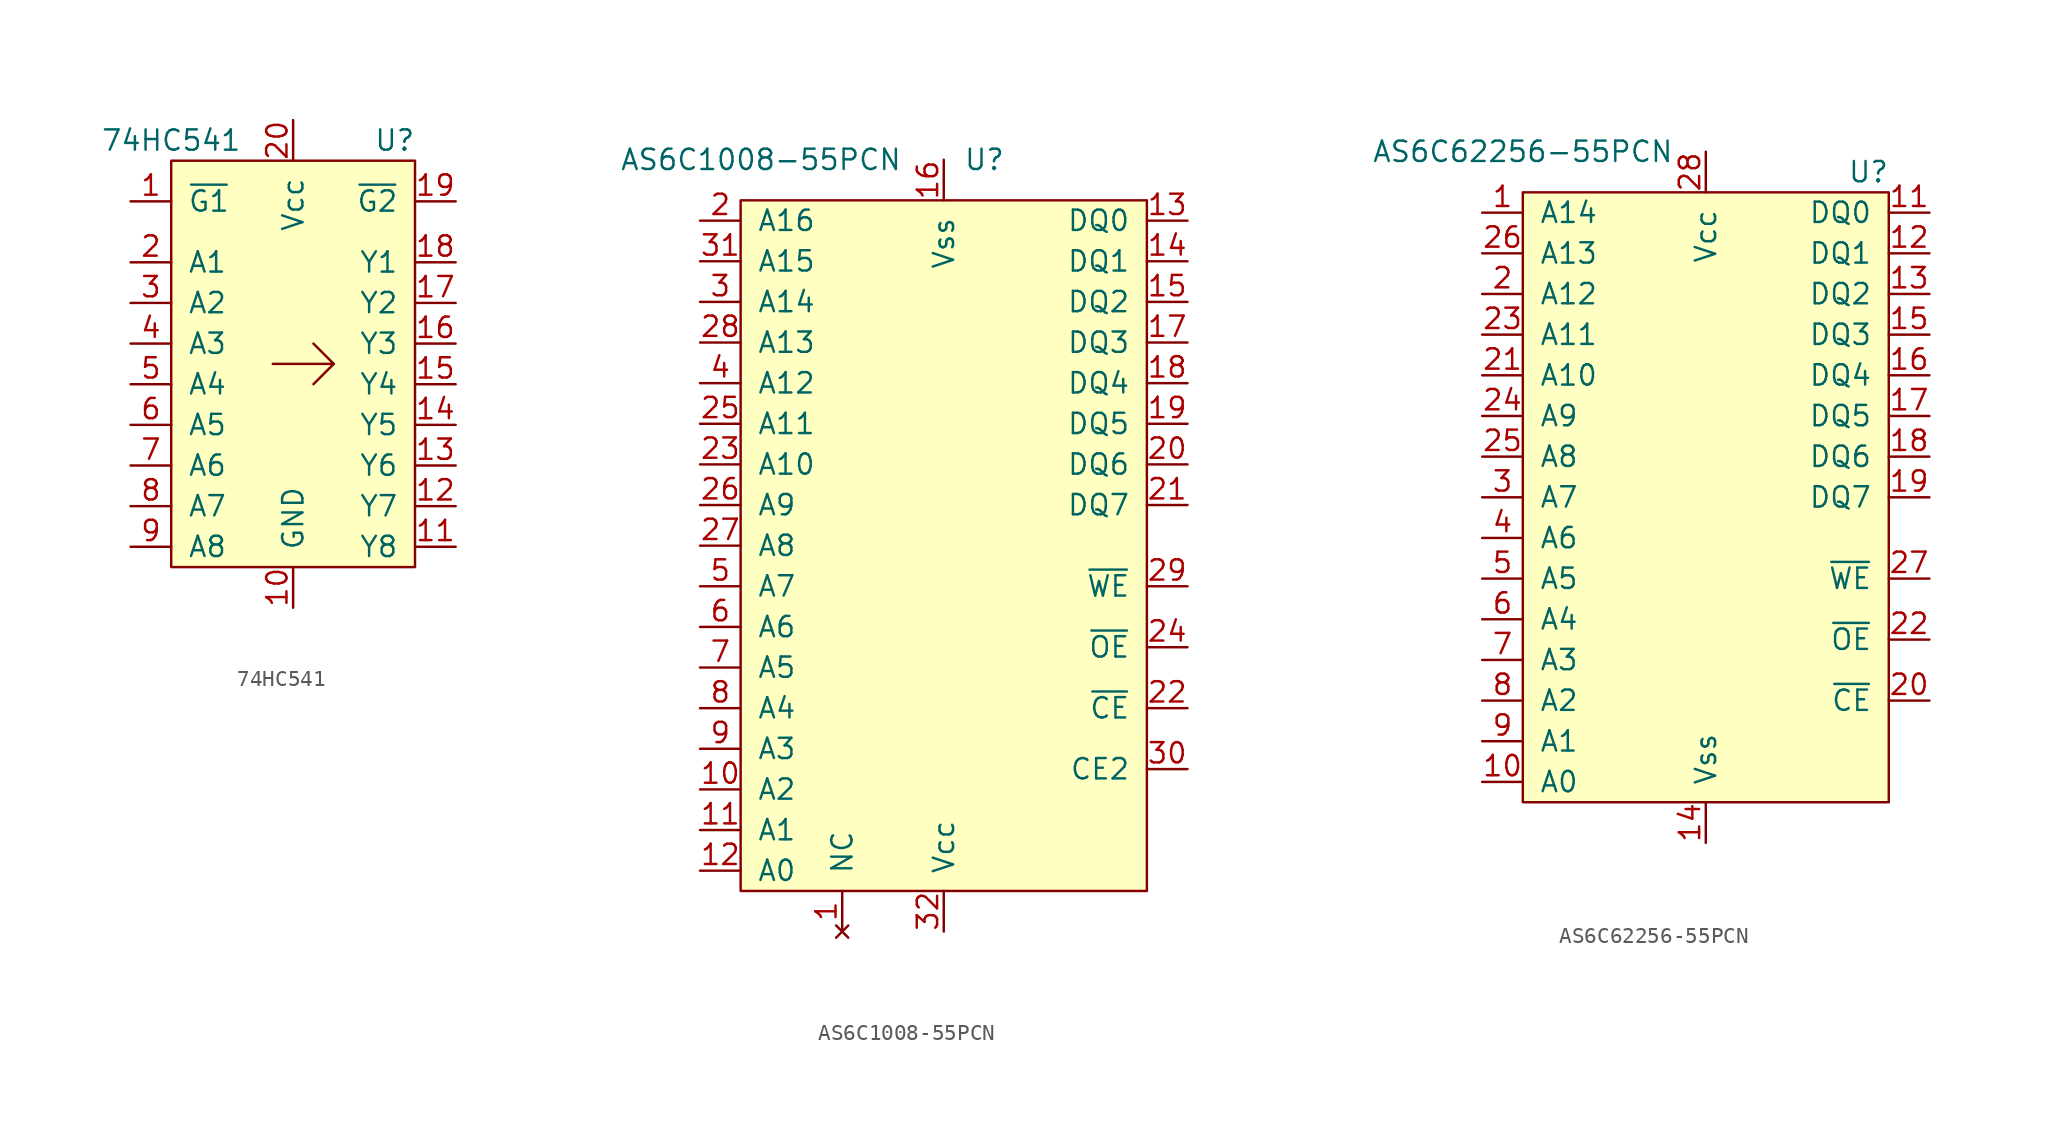
<source format=kicad_sym>
(kicad_symbol_lib
  (version 20211014)
  (generator kicad_symbol_editor)
  (symbol "74HC541"
    (pin_names
      (offset 1.016))
    (property "Reference" "U"
      (at 6.35 16.51 0)
      (effects (font (size 1.27 1.27))))
    (property "Value" "74HC541"
      (at -7.62 16.51 0)
      (effects (font (size 1.27 1.27))))
    (symbol "74HC541_0_1"
      (rectangle (start -7.62 -10.16) (end 7.62 15.24) (stroke (width 0) (type default) (color 0 0 0 0)) (fill (type background)))
      (polyline (pts (xy 2.54 2.54) (xy 1.27 1.27)) (stroke (width 0) (type default) (color 0 0 0 0)) (fill (type none)))
      (polyline (pts (xy -1.27 2.54) (xy 2.54 2.54) (xy 1.27 3.81)) (stroke (width 0) (type default) (color 0 0 0 0)) (fill (type none))))
    (symbol "74HC541_1_1"
      (pin input line (at -10.16 12.7 0) (length 2.54) (name "~{G1}" (effects (font (size 1.27 1.27)))) (number "1" (effects (font (size 1.27 1.27)))))
      (pin power_in line (at 0 -12.7 90) (length 2.54) (name "GND" (effects (font (size 1.27 1.27)))) (number "10" (effects (font (size 1.27 1.27)))))
      (pin tri_state line (at 10.16 -8.89 180) (length 2.54) (name "Y8" (effects (font (size 1.27 1.27)))) (number "11" (effects (font (size 1.27 1.27)))))
      (pin tri_state line (at 10.16 -6.35 180) (length 2.54) (name "Y7" (effects (font (size 1.27 1.27)))) (number "12" (effects (font (size 1.27 1.27)))))
      (pin tri_state line (at 10.16 -3.81 180) (length 2.54) (name "Y6" (effects (font (size 1.27 1.27)))) (number "13" (effects (font (size 1.27 1.27)))))
      (pin tri_state line (at 10.16 -1.27 180) (length 2.54) (name "Y5" (effects (font (size 1.27 1.27)))) (number "14" (effects (font (size 1.27 1.27)))))
      (pin tri_state line (at 10.16 1.27 180) (length 2.54) (name "Y4" (effects (font (size 1.27 1.27)))) (number "15" (effects (font (size 1.27 1.27)))))
      (pin tri_state line (at 10.16 3.81 180) (length 2.54) (name "Y3" (effects (font (size 1.27 1.27)))) (number "16" (effects (font (size 1.27 1.27)))))
      (pin tri_state line (at 10.16 6.35 180) (length 2.54) (name "Y2" (effects (font (size 1.27 1.27)))) (number "17" (effects (font (size 1.27 1.27)))))
      (pin tri_state line (at 10.16 8.89 180) (length 2.54) (name "Y1" (effects (font (size 1.27 1.27)))) (number "18" (effects (font (size 1.27 1.27)))))
      (pin input line (at 10.16 12.7 180) (length 2.54) (name "~{G2}" (effects (font (size 1.27 1.27)))) (number "19" (effects (font (size 1.27 1.27)))))
      (pin input line (at -10.16 8.89 0) (length 2.54) (name "A1" (effects (font (size 1.27 1.27)))) (number "2" (effects (font (size 1.27 1.27)))))
      (pin power_in line (at 0 17.78 270) (length 2.54) (name "Vcc" (effects (font (size 1.27 1.27)))) (number "20" (effects (font (size 1.27 1.27)))))
      (pin input line (at -10.16 6.35 0) (length 2.54) (name "A2" (effects (font (size 1.27 1.27)))) (number "3" (effects (font (size 1.27 1.27)))))
      (pin input line (at -10.16 3.81 0) (length 2.54) (name "A3" (effects (font (size 1.27 1.27)))) (number "4" (effects (font (size 1.27 1.27)))))
      (pin input line (at -10.16 1.27 0) (length 2.54) (name "A4" (effects (font (size 1.27 1.27)))) (number "5" (effects (font (size 1.27 1.27)))))
      (pin input line (at -10.16 -1.27 0) (length 2.54) (name "A5" (effects (font (size 1.27 1.27)))) (number "6" (effects (font (size 1.27 1.27)))))
      (pin input line (at -10.16 -3.81 0) (length 2.54) (name "A6" (effects (font (size 1.27 1.27)))) (number "7" (effects (font (size 1.27 1.27)))))
      (pin input line (at -10.16 -6.35 0) (length 2.54) (name "A7" (effects (font (size 1.27 1.27)))) (number "8" (effects (font (size 1.27 1.27)))))
      (pin input line (at -10.16 -8.89 0) (length 2.54) (name "A8" (effects (font (size 1.27 1.27)))) (number "9" (effects (font (size 1.27 1.27)))))))
  (symbol "AS6C1008-55PCN"
    (pin_names
      (offset 1.016))
    (property "Reference" "U"
      (at 2.54 24.13 0)
      (effects (font (size 1.27 1.27))))
    (property "Value" "AS6C1008-55PCN"
      (at -11.43 24.13 0)
      (effects (font (size 1.27 1.27))))
    (symbol "AS6C1008-55PCN_0_0"
      (pin no_connect line (at -6.35 -24.13 90) (length 2.54) (name "NC" (effects (font (size 1.27 1.27)))) (number "1" (effects (font (size 1.27 1.27)))))
      (pin input line (at -15.24 -15.24 0) (length 2.54) (name "A2" (effects (font (size 1.27 1.27)))) (number "10" (effects (font (size 1.27 1.27)))))
      (pin input line (at -15.24 -17.78 0) (length 2.54) (name "A1" (effects (font (size 1.27 1.27)))) (number "11" (effects (font (size 1.27 1.27)))))
      (pin input line (at -15.24 -20.32 0) (length 2.54) (name "A0" (effects (font (size 1.27 1.27)))) (number "12" (effects (font (size 1.27 1.27)))))
      (pin bidirectional line (at 15.24 20.32 180) (length 2.54) (name "DQ0" (effects (font (size 1.27 1.27)))) (number "13" (effects (font (size 1.27 1.27)))))
      (pin bidirectional line (at 15.24 17.78 180) (length 2.54) (name "DQ1" (effects (font (size 1.27 1.27)))) (number "14" (effects (font (size 1.27 1.27)))))
      (pin bidirectional line (at 15.24 15.24 180) (length 2.54) (name "DQ2" (effects (font (size 1.27 1.27)))) (number "15" (effects (font (size 1.27 1.27)))))
      (pin power_in line (at 0 24.13 270) (length 2.54) (name "Vss" (effects (font (size 1.27 1.27)))) (number "16" (effects (font (size 1.27 1.27)))))
      (pin bidirectional line (at 15.24 12.7 180) (length 2.54) (name "DQ3" (effects (font (size 1.27 1.27)))) (number "17" (effects (font (size 1.27 1.27)))))
      (pin bidirectional line (at 15.24 10.16 180) (length 2.54) (name "DQ4" (effects (font (size 1.27 1.27)))) (number "18" (effects (font (size 1.27 1.27)))))
      (pin bidirectional line (at 15.24 7.62 180) (length 2.54) (name "DQ5" (effects (font (size 1.27 1.27)))) (number "19" (effects (font (size 1.27 1.27)))))
      (pin input line (at -15.24 20.32 0) (length 2.54) (name "A16" (effects (font (size 1.27 1.27)))) (number "2" (effects (font (size 1.27 1.27)))))
      (pin bidirectional line (at 15.24 5.08 180) (length 2.54) (name "DQ6" (effects (font (size 1.27 1.27)))) (number "20" (effects (font (size 1.27 1.27)))))
      (pin bidirectional line (at 15.24 2.54 180) (length 2.54) (name "DQ7" (effects (font (size 1.27 1.27)))) (number "21" (effects (font (size 1.27 1.27)))))
      (pin input line (at 15.24 -10.16 180) (length 2.54) (name "~{CE}" (effects (font (size 1.27 1.27)))) (number "22" (effects (font (size 1.27 1.27)))))
      (pin input line (at -15.24 5.08 0) (length 2.54) (name "A10" (effects (font (size 1.27 1.27)))) (number "23" (effects (font (size 1.27 1.27)))))
      (pin input line (at 15.24 -6.35 180) (length 2.54) (name "~{OE}" (effects (font (size 1.27 1.27)))) (number "24" (effects (font (size 1.27 1.27)))))
      (pin input line (at -15.24 7.62 0) (length 2.54) (name "A11" (effects (font (size 1.27 1.27)))) (number "25" (effects (font (size 1.27 1.27)))))
      (pin input line (at -15.24 2.54 0) (length 2.54) (name "A9" (effects (font (size 1.27 1.27)))) (number "26" (effects (font (size 1.27 1.27)))))
      (pin input line (at -15.24 0 0) (length 2.54) (name "A8" (effects (font (size 1.27 1.27)))) (number "27" (effects (font (size 1.27 1.27)))))
      (pin input line (at -15.24 12.7 0) (length 2.54) (name "A13" (effects (font (size 1.27 1.27)))) (number "28" (effects (font (size 1.27 1.27)))))
      (pin input line (at 15.24 -2.54 180) (length 2.54) (name "~{WE}" (effects (font (size 1.27 1.27)))) (number "29" (effects (font (size 1.27 1.27)))))
      (pin input line (at -15.24 15.24 0) (length 2.54) (name "A14" (effects (font (size 1.27 1.27)))) (number "3" (effects (font (size 1.27 1.27)))))
      (pin input line (at 15.24 -13.97 180) (length 2.54) (name "CE2" (effects (font (size 1.27 1.27)))) (number "30" (effects (font (size 1.27 1.27)))))
      (pin input line (at -15.24 17.78 0) (length 2.54) (name "A15" (effects (font (size 1.27 1.27)))) (number "31" (effects (font (size 1.27 1.27)))))
      (pin power_in line (at 0 -24.13 90) (length 2.54) (name "Vcc" (effects (font (size 1.27 1.27)))) (number "32" (effects (font (size 1.27 1.27)))))
      (pin input line (at -15.24 10.16 0) (length 2.54) (name "A12" (effects (font (size 1.27 1.27)))) (number "4" (effects (font (size 1.27 1.27)))))
      (pin input line (at -15.24 -2.54 0) (length 2.54) (name "A7" (effects (font (size 1.27 1.27)))) (number "5" (effects (font (size 1.27 1.27)))))
      (pin input line (at -15.24 -5.08 0) (length 2.54) (name "A6" (effects (font (size 1.27 1.27)))) (number "6" (effects (font (size 1.27 1.27)))))
      (pin input line (at -15.24 -7.62 0) (length 2.54) (name "A5" (effects (font (size 1.27 1.27)))) (number "7" (effects (font (size 1.27 1.27)))))
      (pin input line (at -15.24 -10.16 0) (length 2.54) (name "A4" (effects (font (size 1.27 1.27)))) (number "8" (effects (font (size 1.27 1.27)))))
      (pin input line (at -15.24 -12.7 0) (length 2.54) (name "A3" (effects (font (size 1.27 1.27)))) (number "9" (effects (font (size 1.27 1.27))))))
    (symbol "AS6C1008-55PCN_0_1"
      (rectangle (start 12.7 -21.59) (end -12.7 21.59) (stroke (width 0) (type default) (color 0 0 0 0)) (fill (type background)))))
  (symbol "AS6C62256-55PCN"
    (pin_names
      (offset 1.016))
    (property "Reference" "U"
      (at 10.16 20.32 0)
      (effects (font (size 1.27 1.27))))
    (property "Value" "AS6C62256-55PCN"
      (at -11.43 21.59 0)
      (effects (font (size 1.27 1.27))))
    (symbol "AS6C62256-55PCN_0_0"
      (pin input line (at -13.97 17.78 0) (length 2.54) (name "A14" (effects (font (size 1.27 1.27)))) (number "1" (effects (font (size 1.27 1.27)))))
      (pin input line (at -13.97 -17.78 0) (length 2.54) (name "A0" (effects (font (size 1.27 1.27)))) (number "10" (effects (font (size 1.27 1.27)))))
      (pin bidirectional line (at 13.97 17.78 180) (length 2.54) (name "DQ0" (effects (font (size 1.27 1.27)))) (number "11" (effects (font (size 1.27 1.27)))))
      (pin bidirectional line (at 13.97 15.24 180) (length 2.54) (name "DQ1" (effects (font (size 1.27 1.27)))) (number "12" (effects (font (size 1.27 1.27)))))
      (pin bidirectional line (at 13.97 12.7 180) (length 2.54) (name "DQ2" (effects (font (size 1.27 1.27)))) (number "13" (effects (font (size 1.27 1.27)))))
      (pin power_in line (at 0 -21.59 90) (length 2.54) (name "Vss" (effects (font (size 1.27 1.27)))) (number "14" (effects (font (size 1.27 1.27)))))
      (pin bidirectional line (at 13.97 10.16 180) (length 2.54) (name "DQ3" (effects (font (size 1.27 1.27)))) (number "15" (effects (font (size 1.27 1.27)))))
      (pin bidirectional line (at 13.97 7.62 180) (length 2.54) (name "DQ4" (effects (font (size 1.27 1.27)))) (number "16" (effects (font (size 1.27 1.27)))))
      (pin bidirectional line (at 13.97 5.08 180) (length 2.54) (name "DQ5" (effects (font (size 1.27 1.27)))) (number "17" (effects (font (size 1.27 1.27)))))
      (pin bidirectional line (at 13.97 2.54 180) (length 2.54) (name "DQ6" (effects (font (size 1.27 1.27)))) (number "18" (effects (font (size 1.27 1.27)))))
      (pin bidirectional line (at 13.97 0 180) (length 2.54) (name "DQ7" (effects (font (size 1.27 1.27)))) (number "19" (effects (font (size 1.27 1.27)))))
      (pin input line (at -13.97 12.7 0) (length 2.54) (name "A12" (effects (font (size 1.27 1.27)))) (number "2" (effects (font (size 1.27 1.27)))))
      (pin input line (at 13.97 -12.7 180) (length 2.54) (name "~{CE}" (effects (font (size 1.27 1.27)))) (number "20" (effects (font (size 1.27 1.27)))))
      (pin input line (at -13.97 7.62 0) (length 2.54) (name "A10" (effects (font (size 1.27 1.27)))) (number "21" (effects (font (size 1.27 1.27)))))
      (pin input line (at 13.97 -8.89 180) (length 2.54) (name "~{OE}" (effects (font (size 1.27 1.27)))) (number "22" (effects (font (size 1.27 1.27)))))
      (pin input line (at -13.97 10.16 0) (length 2.54) (name "A11" (effects (font (size 1.27 1.27)))) (number "23" (effects (font (size 1.27 1.27)))))
      (pin input line (at -13.97 5.08 0) (length 2.54) (name "A9" (effects (font (size 1.27 1.27)))) (number "24" (effects (font (size 1.27 1.27)))))
      (pin input line (at -13.97 2.54 0) (length 2.54) (name "A8" (effects (font (size 1.27 1.27)))) (number "25" (effects (font (size 1.27 1.27)))))
      (pin input line (at -13.97 15.24 0) (length 2.54) (name "A13" (effects (font (size 1.27 1.27)))) (number "26" (effects (font (size 1.27 1.27)))))
      (pin input line (at 13.97 -5.08 180) (length 2.54) (name "~{WE}" (effects (font (size 1.27 1.27)))) (number "27" (effects (font (size 1.27 1.27)))))
      (pin power_in line (at 0 21.59 270) (length 2.54) (name "Vcc" (effects (font (size 1.27 1.27)))) (number "28" (effects (font (size 1.27 1.27)))))
      (pin input line (at -13.97 0 0) (length 2.54) (name "A7" (effects (font (size 1.27 1.27)))) (number "3" (effects (font (size 1.27 1.27)))))
      (pin input line (at -13.97 -2.54 0) (length 2.54) (name "A6" (effects (font (size 1.27 1.27)))) (number "4" (effects (font (size 1.27 1.27)))))
      (pin input line (at -13.97 -5.08 0) (length 2.54) (name "A5" (effects (font (size 1.27 1.27)))) (number "5" (effects (font (size 1.27 1.27)))))
      (pin input line (at -13.97 -7.62 0) (length 2.54) (name "A4" (effects (font (size 1.27 1.27)))) (number "6" (effects (font (size 1.27 1.27)))))
      (pin input line (at -13.97 -10.16 0) (length 2.54) (name "A3" (effects (font (size 1.27 1.27)))) (number "7" (effects (font (size 1.27 1.27)))))
      (pin input line (at -13.97 -12.7 0) (length 2.54) (name "A2" (effects (font (size 1.27 1.27)))) (number "8" (effects (font (size 1.27 1.27)))))
      (pin input line (at -13.97 -15.24 0) (length 2.54) (name "A1" (effects (font (size 1.27 1.27)))) (number "9" (effects (font (size 1.27 1.27))))))
    (symbol "AS6C62256-55PCN_0_1"
      (rectangle (start -11.43 19.05) (end 11.43 -19.05) (stroke (width 0) (type default) (color 0 0 0 0)) (fill (type background))))))
</source>
